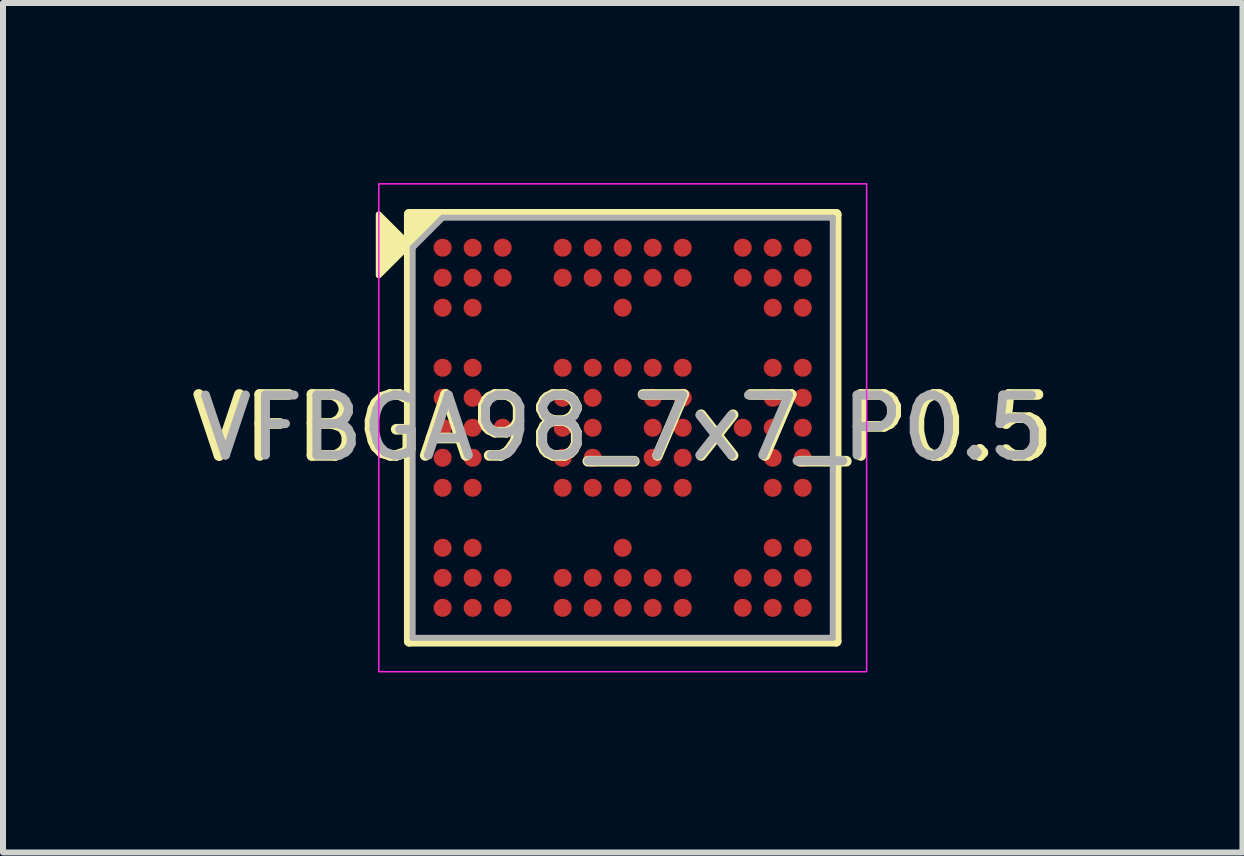
<source format=kicad_pcb>
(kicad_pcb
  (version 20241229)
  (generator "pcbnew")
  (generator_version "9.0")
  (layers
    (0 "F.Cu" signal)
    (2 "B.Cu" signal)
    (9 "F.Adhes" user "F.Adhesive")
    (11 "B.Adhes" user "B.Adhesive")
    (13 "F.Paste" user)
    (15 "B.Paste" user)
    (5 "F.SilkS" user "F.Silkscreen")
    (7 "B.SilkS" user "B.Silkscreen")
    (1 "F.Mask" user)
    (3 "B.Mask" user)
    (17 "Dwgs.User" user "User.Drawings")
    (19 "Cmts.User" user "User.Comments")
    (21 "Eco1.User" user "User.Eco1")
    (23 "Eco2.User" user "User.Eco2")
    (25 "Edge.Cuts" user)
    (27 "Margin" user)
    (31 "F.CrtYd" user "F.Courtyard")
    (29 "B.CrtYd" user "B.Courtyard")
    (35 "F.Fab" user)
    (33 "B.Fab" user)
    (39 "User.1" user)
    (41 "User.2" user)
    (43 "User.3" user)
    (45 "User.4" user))
  (footprint "VFBGA98_7x7_P0.5"
    (layer "F.Cu")
    (at 7.325 4.077)
    (property "Reference" "VFBGA98_7x7_P0.5" (at 0 0 0) (layer "F.SilkS") (effects (font (size 1.016 1.016) (thickness 0.178))))
    (attr smd)
    (fp_line (start -3.556 3.556) (end -3.556 -3.556) (stroke (width 0.178) (type solid)) (layer "F.SilkS"))
    (fp_line (start -3.556 3.556) (end 3.556 3.556) (stroke (width 0.178) (type solid)) (layer "F.SilkS"))
    (fp_line (start 3.556 -3.556) (end -3.556 -3.556) (stroke (width 0.178) (type solid)) (layer "F.SilkS"))
    (fp_line (start 3.556 -3.556) (end 3.556 3.556) (stroke (width 0.178) (type solid)) (layer "F.SilkS"))
    (fp_poly (pts (xy -3.556 -3.048) (xy -4.064 -2.54) (xy -4.064 -3.556)) (stroke (width 0.1) (type solid)) (fill yes) (layer "F.SilkS"))
    (fp_poly (pts (xy -3.556 -3.048) (xy -3.556 -3.556) (xy -3.048 -3.556)) (stroke (width 0.1) (type solid)) (fill yes) (layer "F.SilkS"))
    (fp_rect (start -4.064 -4.064) (end 4.064 4.064) (stroke (width 0.025) (type solid)) (fill no) (layer "F.CrtYd"))
    (fp_line (start -3.5 -3) (end -3.5 3.5) (stroke (width 0.1) (type solid)) (layer "F.Fab"))
    (fp_line (start -3.5 -3) (end -3 -3.5) (stroke (width 0.1) (type solid)) (layer "F.Fab"))
    (fp_line (start -3.5 3.5) (end 3.5 3.5) (stroke (width 0.1) (type solid)) (layer "F.Fab"))
    (fp_line (start -3 -3.5) (end 3.5 -3.5) (stroke (width 0.1) (type solid)) (layer "F.Fab"))
    (fp_line (start 3.5 -3.5) (end 3.5 3.5) (stroke (width 0.1) (type solid)) (layer "F.Fab"))
    (fp_text user "${REFERENCE}" (at 0 0 0) (layer "F.Fab") (effects (font (size 1 1) (thickness 0.15))))
    (pad "A1" smd circle (at -3 -3) (size 0.3 0.3) (layers "F.Cu" "F.Mask" "F.Paste"))
    (pad "A2" smd circle (at -2.5 -3) (size 0.3 0.3) (layers "F.Cu" "F.Mask" "F.Paste"))
    (pad "A3" smd circle (at -2 -3) (size 0.3 0.3) (layers "F.Cu" "F.Mask" "F.Paste"))
    (pad "A5" smd circle (at -1 -3) (size 0.3 0.3) (layers "F.Cu" "F.Mask" "F.Paste"))
    (pad "A6" smd circle (at -0.5 -3) (size 0.3 0.3) (layers "F.Cu" "F.Mask" "F.Paste"))
    (pad "A7" smd circle (at 0 -3) (size 0.3 0.3) (layers "F.Cu" "F.Mask" "F.Paste"))
    (pad "A8" smd circle (at 0.5 -3) (size 0.3 0.3) (layers "F.Cu" "F.Mask" "F.Paste"))
    (pad "A9" smd circle (at 1 -3) (size 0.3 0.3) (layers "F.Cu" "F.Mask" "F.Paste"))
    (pad "A11" smd circle (at 2 -3) (size 0.3 0.3) (layers "F.Cu" "F.Mask" "F.Paste"))
    (pad "A12" smd circle (at 2.5 -3) (size 0.3 0.3) (layers "F.Cu" "F.Mask" "F.Paste"))
    (pad "A13" smd circle (at 3 -3) (size 0.3 0.3) (layers "F.Cu" "F.Mask" "F.Paste"))
    (pad "B1" smd circle (at -3 -2.5) (size 0.3 0.3) (layers "F.Cu" "F.Mask" "F.Paste"))
    (pad "B2" smd circle (at -2.5 -2.5) (size 0.3 0.3) (layers "F.Cu" "F.Mask" "F.Paste"))
    (pad "B3" smd circle (at -2 -2.5) (size 0.3 0.3) (layers "F.Cu" "F.Mask" "F.Paste"))
    (pad "B5" smd circle (at -1 -2.5) (size 0.3 0.3) (layers "F.Cu" "F.Mask" "F.Paste"))
    (pad "B6" smd circle (at -0.5 -2.5) (size 0.3 0.3) (layers "F.Cu" "F.Mask" "F.Paste"))
    (pad "B7" smd circle (at 0 -2.5) (size 0.3 0.3) (layers "F.Cu" "F.Mask" "F.Paste"))
    (pad "B8" smd circle (at 0.5 -2.5) (size 0.3 0.3) (layers "F.Cu" "F.Mask" "F.Paste"))
    (pad "B9" smd circle (at 1 -2.5) (size 0.3 0.3) (layers "F.Cu" "F.Mask" "F.Paste"))
    (pad "B11" smd circle (at 2 -2.5) (size 0.3 0.3) (layers "F.Cu" "F.Mask" "F.Paste"))
    (pad "B12" smd circle (at 2.5 -2.5) (size 0.3 0.3) (layers "F.Cu" "F.Mask" "F.Paste"))
    (pad "B13" smd circle (at 3 -2.5) (size 0.3 0.3) (layers "F.Cu" "F.Mask" "F.Paste"))
    (pad "C1" smd circle (at -3 -2) (size 0.3 0.3) (layers "F.Cu" "F.Mask" "F.Paste"))
    (pad "C2" smd circle (at -2.5 -2) (size 0.3 0.3) (layers "F.Cu" "F.Mask" "F.Paste"))
    (pad "C7" smd circle (at 0 -2) (size 0.3 0.3) (layers "F.Cu" "F.Mask" "F.Paste"))
    (pad "C12" smd circle (at 2.5 -2) (size 0.3 0.3) (layers "F.Cu" "F.Mask" "F.Paste"))
    (pad "C13" smd circle (at 3 -2) (size 0.3 0.3) (layers "F.Cu" "F.Mask" "F.Paste"))
    (pad "E1" smd circle (at -3 -1) (size 0.3 0.3) (layers "F.Cu" "F.Mask" "F.Paste"))
    (pad "E2" smd circle (at -2.5 -1) (size 0.3 0.3) (layers "F.Cu" "F.Mask" "F.Paste"))
    (pad "E5" smd circle (at -1 -1) (size 0.3 0.3) (layers "F.Cu" "F.Mask" "F.Paste"))
    (pad "E6" smd circle (at -0.5 -1) (size 0.3 0.3) (layers "F.Cu" "F.Mask" "F.Paste"))
    (pad "E7" smd circle (at 0 -1) (size 0.3 0.3) (layers "F.Cu" "F.Mask" "F.Paste"))
    (pad "E8" smd circle (at 0.5 -1) (size 0.3 0.3) (layers "F.Cu" "F.Mask" "F.Paste"))
    (pad "E9" smd circle (at 1 -1) (size 0.3 0.3) (layers "F.Cu" "F.Mask" "F.Paste"))
    (pad "E12" smd circle (at 2.5 -1) (size 0.3 0.3) (layers "F.Cu" "F.Mask" "F.Paste"))
    (pad "E13" smd circle (at 3 -1) (size 0.3 0.3) (layers "F.Cu" "F.Mask" "F.Paste"))
    (pad "F1" smd circle (at -3 -0.5) (size 0.3 0.3) (layers "F.Cu" "F.Mask" "F.Paste"))
    (pad "F2" smd circle (at -2.5 -0.5) (size 0.3 0.3) (layers "F.Cu" "F.Mask" "F.Paste"))
    (pad "F5" smd circle (at -1 -0.5) (size 0.3 0.3) (layers "F.Cu" "F.Mask" "F.Paste"))
    (pad "F6" smd circle (at -0.5 -0.5) (size 0.3 0.3) (layers "F.Cu" "F.Mask" "F.Paste"))
    (pad "F8" smd circle (at 0.5 -0.5) (size 0.3 0.3) (layers "F.Cu" "F.Mask" "F.Paste"))
    (pad "F9" smd circle (at 1 -0.5) (size 0.3 0.3) (layers "F.Cu" "F.Mask" "F.Paste"))
    (pad "F12" smd circle (at 2.5 -0.5) (size 0.3 0.3) (layers "F.Cu" "F.Mask" "F.Paste"))
    (pad "F13" smd circle (at 3 -0.5) (size 0.3 0.3) (layers "F.Cu" "F.Mask" "F.Paste"))
    (pad "G1" smd circle (at -3 0) (size 0.3 0.3) (layers "F.Cu" "F.Mask" "F.Paste"))
    (pad "G2" smd circle (at -2.5 0) (size 0.3 0.3) (layers "F.Cu" "F.Mask" "F.Paste"))
    (pad "G3" smd circle (at -2 0) (size 0.3 0.3) (layers "F.Cu" "F.Mask" "F.Paste"))
    (pad "G5" smd circle (at -1 0) (size 0.3 0.3) (layers "F.Cu" "F.Mask" "F.Paste"))
    (pad "G6" smd circle (at -0.5 0) (size 0.3 0.3) (layers "F.Cu" "F.Mask" "F.Paste"))
    (pad "G8" smd circle (at 0.5 0) (size 0.3 0.3) (layers "F.Cu" "F.Mask" "F.Paste"))
    (pad "G9" smd circle (at 1 0) (size 0.3 0.3) (layers "F.Cu" "F.Mask" "F.Paste"))
    (pad "G11" smd circle (at 2 0) (size 0.3 0.3) (layers "F.Cu" "F.Mask" "F.Paste"))
    (pad "G12" smd circle (at 2.5 0) (size 0.3 0.3) (layers "F.Cu" "F.Mask" "F.Paste"))
    (pad "G13" smd circle (at 3 0) (size 0.3 0.3) (layers "F.Cu" "F.Mask" "F.Paste"))
    (pad "H1" smd circle (at -3 0.5) (size 0.3 0.3) (layers "F.Cu" "F.Mask" "F.Paste"))
    (pad "H2" smd circle (at -2.5 0.5) (size 0.3 0.3) (layers "F.Cu" "F.Mask" "F.Paste"))
    (pad "H5" smd circle (at -1 0.5) (size 0.3 0.3) (layers "F.Cu" "F.Mask" "F.Paste"))
    (pad "H6" smd circle (at -0.5 0.5) (size 0.3 0.3) (layers "F.Cu" "F.Mask" "F.Paste"))
    (pad "H8" smd circle (at 0.5 0.5) (size 0.3 0.3) (layers "F.Cu" "F.Mask" "F.Paste"))
    (pad "H9" smd circle (at 1 0.5) (size 0.3 0.3) (layers "F.Cu" "F.Mask" "F.Paste"))
    (pad "H12" smd circle (at 2.5 0.5) (size 0.3 0.3) (layers "F.Cu" "F.Mask" "F.Paste"))
    (pad "H13" smd circle (at 3 0.5) (size 0.3 0.3) (layers "F.Cu" "F.Mask" "F.Paste"))
    (pad "J1" smd circle (at -3 1) (size 0.3 0.3) (layers "F.Cu" "F.Mask" "F.Paste"))
    (pad "J2" smd circle (at -2.5 1) (size 0.3 0.3) (layers "F.Cu" "F.Mask" "F.Paste"))
    (pad "J5" smd circle (at -1 1) (size 0.3 0.3) (layers "F.Cu" "F.Mask" "F.Paste"))
    (pad "J6" smd circle (at -0.5 1) (size 0.3 0.3) (layers "F.Cu" "F.Mask" "F.Paste"))
    (pad "J7" smd circle (at 0 1) (size 0.3 0.3) (layers "F.Cu" "F.Mask" "F.Paste"))
    (pad "J8" smd circle (at 0.5 1) (size 0.3 0.3) (layers "F.Cu" "F.Mask" "F.Paste"))
    (pad "J9" smd circle (at 1 1) (size 0.3 0.3) (layers "F.Cu" "F.Mask" "F.Paste"))
    (pad "J12" smd circle (at 2.5 1) (size 0.3 0.3) (layers "F.Cu" "F.Mask" "F.Paste"))
    (pad "J13" smd circle (at 3 1) (size 0.3 0.3) (layers "F.Cu" "F.Mask" "F.Paste"))
    (pad "L1" smd circle (at -3 2) (size 0.3 0.3) (layers "F.Cu" "F.Mask" "F.Paste"))
    (pad "L2" smd circle (at -2.5 2) (size 0.3 0.3) (layers "F.Cu" "F.Mask" "F.Paste"))
    (pad "L7" smd circle (at 0 2) (size 0.3 0.3) (layers "F.Cu" "F.Mask" "F.Paste"))
    (pad "L12" smd circle (at 2.5 2) (size 0.3 0.3) (layers "F.Cu" "F.Mask" "F.Paste"))
    (pad "L13" smd circle (at 3 2) (size 0.3 0.3) (layers "F.Cu" "F.Mask" "F.Paste"))
    (pad "M1" smd circle (at -3 2.5) (size 0.3 0.3) (layers "F.Cu" "F.Mask" "F.Paste"))
    (pad "M2" smd circle (at -2.5 2.5) (size 0.3 0.3) (layers "F.Cu" "F.Mask" "F.Paste"))
    (pad "M3" smd circle (at -2 2.5) (size 0.3 0.3) (layers "F.Cu" "F.Mask" "F.Paste"))
    (pad "M5" smd circle (at -1 2.5) (size 0.3 0.3) (layers "F.Cu" "F.Mask" "F.Paste"))
    (pad "M6" smd circle (at -0.5 2.5) (size 0.3 0.3) (layers "F.Cu" "F.Mask" "F.Paste"))
    (pad "M7" smd circle (at 0 2.5) (size 0.3 0.3) (layers "F.Cu" "F.Mask" "F.Paste"))
    (pad "M8" smd circle (at 0.5 2.5) (size 0.3 0.3) (layers "F.Cu" "F.Mask" "F.Paste"))
    (pad "M9" smd circle (at 1 2.5) (size 0.3 0.3) (layers "F.Cu" "F.Mask" "F.Paste"))
    (pad "M11" smd circle (at 2 2.5) (size 0.3 0.3) (layers "F.Cu" "F.Mask" "F.Paste"))
    (pad "M12" smd circle (at 2.5 2.5) (size 0.3 0.3) (layers "F.Cu" "F.Mask" "F.Paste"))
    (pad "M13" smd circle (at 3 2.5) (size 0.3 0.3) (layers "F.Cu" "F.Mask" "F.Paste"))
    (pad "N1" smd circle (at -3 3) (size 0.3 0.3) (layers "F.Cu" "F.Mask" "F.Paste"))
    (pad "N2" smd circle (at -2.5 3) (size 0.3 0.3) (layers "F.Cu" "F.Mask" "F.Paste"))
    (pad "N3" smd circle (at -2 3) (size 0.3 0.3) (layers "F.Cu" "F.Mask" "F.Paste"))
    (pad "N5" smd circle (at -1 3) (size 0.3 0.3) (layers "F.Cu" "F.Mask" "F.Paste"))
    (pad "N6" smd circle (at -0.5 3) (size 0.3 0.3) (layers "F.Cu" "F.Mask" "F.Paste"))
    (pad "N7" smd circle (at 0 3) (size 0.3 0.3) (layers "F.Cu" "F.Mask" "F.Paste"))
    (pad "N8" smd circle (at 0.5 3) (size 0.3 0.3) (layers "F.Cu" "F.Mask" "F.Paste"))
    (pad "N9" smd circle (at 1 3) (size 0.3 0.3) (layers "F.Cu" "F.Mask" "F.Paste"))
    (pad "N11" smd circle (at 2 3) (size 0.3 0.3) (layers "F.Cu" "F.Mask" "F.Paste"))
    (pad "N12" smd circle (at 2.5 3) (size 0.3 0.3) (layers "F.Cu" "F.Mask" "F.Paste"))
    (pad "N13" smd circle (at 3 3) (size 0.3 0.3) (layers "F.Cu" "F.Mask" "F.Paste")))
  (gr_rect
    (start -3 -3)
    (end 17.651 11.153)
    (stroke (width 0.1) (type default))
    (fill no)
    (layer "Edge.Cuts")))
</source>
